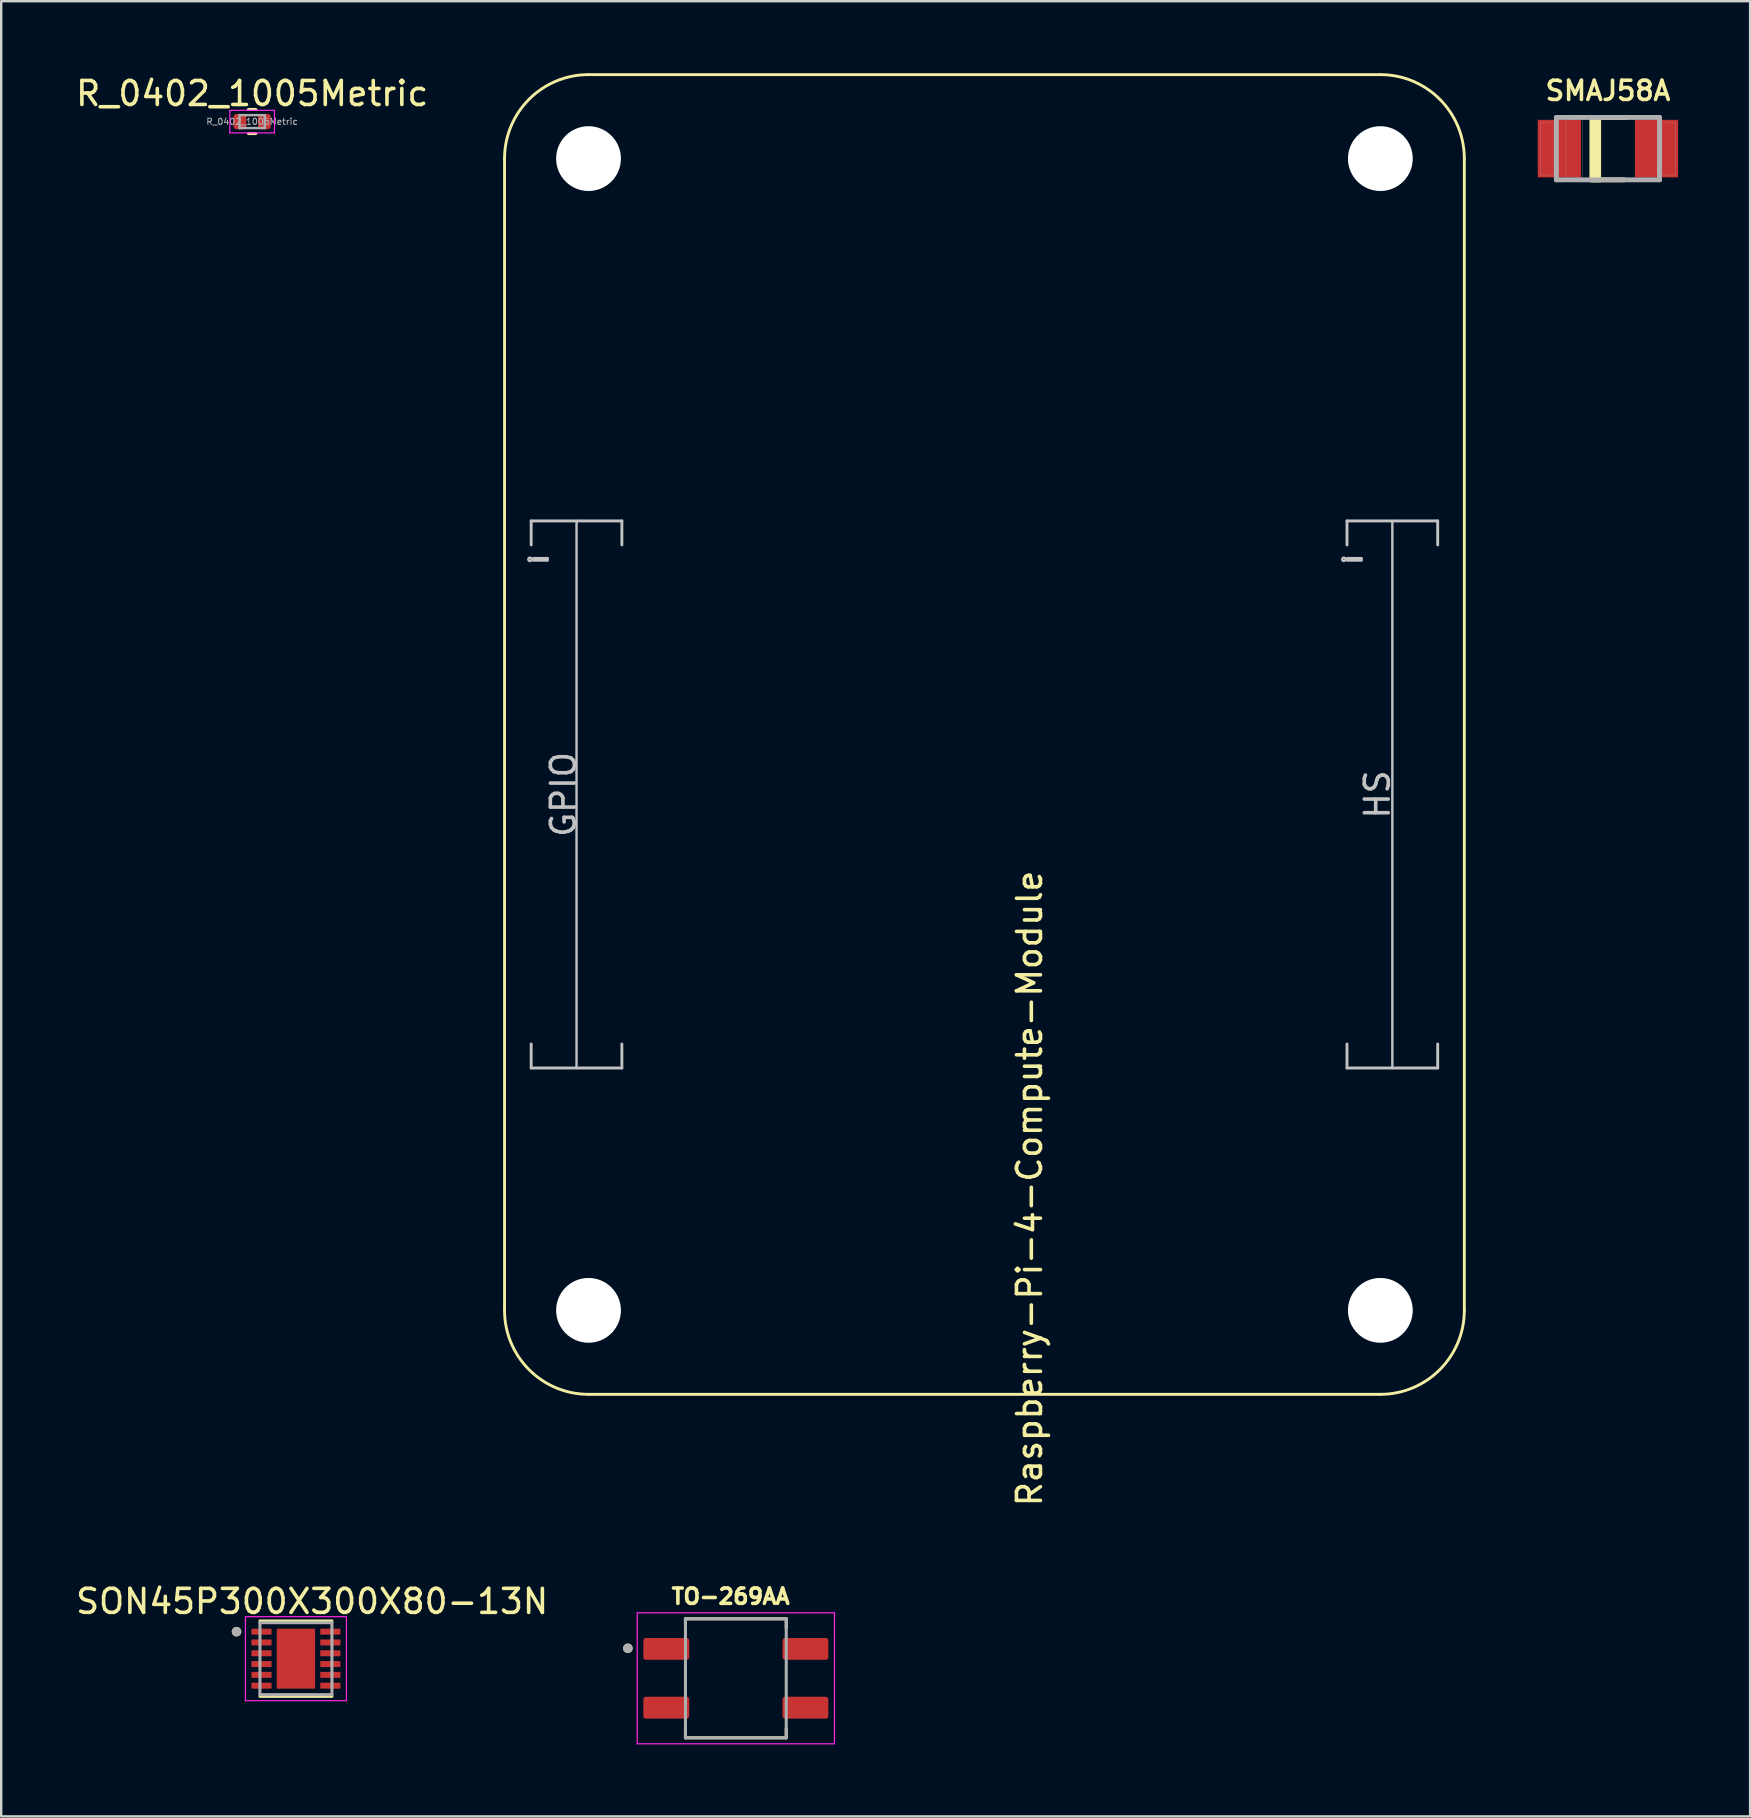
<source format=kicad_pcb>
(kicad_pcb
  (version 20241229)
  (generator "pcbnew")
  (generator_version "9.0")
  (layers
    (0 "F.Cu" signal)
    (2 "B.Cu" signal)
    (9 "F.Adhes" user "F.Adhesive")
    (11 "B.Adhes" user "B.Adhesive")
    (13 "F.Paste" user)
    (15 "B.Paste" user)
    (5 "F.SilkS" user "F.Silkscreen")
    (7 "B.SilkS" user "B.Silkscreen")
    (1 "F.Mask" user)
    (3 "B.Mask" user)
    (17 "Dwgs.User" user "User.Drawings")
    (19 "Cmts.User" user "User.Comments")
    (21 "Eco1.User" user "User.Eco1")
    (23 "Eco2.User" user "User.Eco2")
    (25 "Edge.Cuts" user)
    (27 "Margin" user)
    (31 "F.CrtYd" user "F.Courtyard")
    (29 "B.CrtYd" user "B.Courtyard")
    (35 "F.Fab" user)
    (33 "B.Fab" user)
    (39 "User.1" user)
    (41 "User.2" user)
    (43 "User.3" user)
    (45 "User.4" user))
  (footprint "SMAJ58A"
    (layer "F.Cu")
    (at 63.962 3.144)
    (property "Reference" "SMAJ58A" (at 0 -2.413 0) (layer "F.SilkS") (effects (font (size 0.8 0.8) (thickness 0.15))))
    (attr smd)
    (fp_line (start -0.67 -1.3) (end 0.7 -1.3) (stroke (width 0.203) (type solid)) (layer "F.SilkS"))
    (fp_line (start 0.67 1.3) (end -0.67 1.3) (stroke (width 0.203) (type solid)) (layer "F.SilkS"))
    (fp_poly (pts (xy -0.765 -1.395) (xy -0.29 -1.395) (xy -0.29 1.395) (xy -0.765 1.395)) (stroke (width 0.01) (type solid)) (fill yes) (layer "F.SilkS"))
    (fp_line (start -2.15 -1.3) (end 2.15 -1.3) (stroke (width 0.203) (type solid)) (layer "F.Fab"))
    (fp_line (start -2.15 1.3) (end -2.15 -1.3) (stroke (width 0.203) (type solid)) (layer "F.Fab"))
    (fp_line (start 2.15 -1.3) (end 2.15 1.3) (stroke (width 0.203) (type solid)) (layer "F.Fab"))
    (fp_line (start 2.15 1.3) (end -2.15 1.3) (stroke (width 0.203) (type solid)) (layer "F.Fab"))
    (fp_poly (pts (xy -2.825 -1.1) (xy -2.175 -1.1) (xy -2.175 1.1) (xy -2.825 1.1)) (stroke (width 0.01) (type solid)) (fill no) (layer "F.Fab"))
    (fp_poly (pts (xy -1.75 -1.225) (xy -1.075 -1.225) (xy -1.075 1.225) (xy -1.75 1.225)) (stroke (width 0.01) (type solid)) (fill no) (layer "F.Fab"))
    (fp_poly (pts (xy 2.175 -1.1) (xy 2.825 -1.1) (xy 2.825 1.1) (xy 2.175 1.1)) (stroke (width 0.01) (type solid)) (fill no) (layer "F.Fab"))
    (pad "A" smd rect (at 2.025 0) (size 1.8 2.4) (layers "F.Cu" "F.Mask" "F.Paste"))
    (pad "C" smd rect (at -2.025 0) (size 1.8 2.4) (layers "F.Cu" "F.Mask" "F.Paste")))
  (footprint "TO-269AA"
    (layer "F.Cu")
    (at 27.617 66.894)
    (property "Reference" "TO-269AA" (at -0.218 -3.412 0) (layer "F.SilkS") (effects (font (size 0.641 0.641) (thickness 0.15))))
    (attr smd)
    (fp_line (start -2.1 -2.48) (end 2.1 -2.48) (stroke (width 0.127) (type solid)) (layer "F.SilkS"))
    (fp_line (start -2.1 -2.2) (end -2.1 -2.48) (stroke (width 0.127) (type solid)) (layer "F.SilkS"))
    (fp_line (start -2.1 2.1) (end -2.1 2.48) (stroke (width 0.127) (type solid)) (layer "F.SilkS"))
    (fp_line (start -2.1 2.48) (end 2.1 2.48) (stroke (width 0.127) (type solid)) (layer "F.SilkS"))
    (fp_line (start 2.1 -2.48) (end 2.1 -2.1) (stroke (width 0.127) (type solid)) (layer "F.SilkS"))
    (fp_line (start 2.1 2.48) (end 2.1 2.1) (stroke (width 0.127) (type solid)) (layer "F.SilkS"))
    (fp_circle (center -4.5 -1.25) (end -4.4 -1.25) (stroke (width 0.2) (type solid)) (fill no) (layer "F.SilkS"))
    (fp_line (start -4.11 -2.73) (end -4.11 2.73) (stroke (width 0.05) (type solid)) (layer "F.CrtYd"))
    (fp_line (start -4.11 2.73) (end 4.11 2.73) (stroke (width 0.05) (type solid)) (layer "F.CrtYd"))
    (fp_line (start 4.11 -2.73) (end -4.11 -2.73) (stroke (width 0.05) (type solid)) (layer "F.CrtYd"))
    (fp_line (start 4.11 2.73) (end 4.11 -2.73) (stroke (width 0.05) (type solid)) (layer "F.CrtYd"))
    (fp_line (start -2.1 -2.48) (end 2.1 -2.48) (stroke (width 0.127) (type solid)) (layer "F.Fab"))
    (fp_line (start -2.1 2.48) (end -2.1 -2.48) (stroke (width 0.127) (type solid)) (layer "F.Fab"))
    (fp_line (start 2.1 -2.48) (end 2.1 2.48) (stroke (width 0.127) (type solid)) (layer "F.Fab"))
    (fp_line (start 2.1 2.48) (end -2.1 2.48) (stroke (width 0.127) (type solid)) (layer "F.Fab"))
    (fp_circle (center -4.5 -1.25) (end -4.4 -1.25) (stroke (width 0.2) (type solid)) (fill no) (layer "F.Fab"))
    (pad "1" smd roundrect (at -2.9 -1.225) (size 1.91 0.91) (layers "F.Cu" "F.Mask" "F.Paste") (roundrect_rratio 0.115))
    (pad "2" smd roundrect (at -2.9 1.225) (size 1.91 0.91) (layers "F.Cu" "F.Mask" "F.Paste") (roundrect_rratio 0.115))
    (pad "3" smd roundrect (at 2.9 1.225) (size 1.91 0.91) (layers "F.Cu" "F.Mask" "F.Paste") (roundrect_rratio 0.115))
    (pad "4" smd roundrect (at 2.9 -1.225) (size 1.91 0.91) (layers "F.Cu" "F.Mask" "F.Paste") (roundrect_rratio 0.115)))
  (footprint "SON45P300X300X80-13N"
    (layer "F.Cu")
    (at 9.283 66.076)
    (property "Reference" "SON45P300X300X80-13N" (at 0.675 -2.385 0) (layer "F.SilkS") (effects (font (size 1 1) (thickness 0.15))))
    (attr smd)
    (fp_line (start -1.5 -1.57) (end 1.5 -1.57) (stroke (width 0.127) (type solid)) (layer "F.SilkS"))
    (fp_line (start -1.5 1.57) (end 1.5 1.57) (stroke (width 0.127) (type solid)) (layer "F.SilkS"))
    (fp_circle (center -2.475 -1.125) (end -2.375 -1.125) (stroke (width 0.2) (type solid)) (fill no) (layer "F.SilkS"))
    (fp_poly (pts (xy -0.51 -0.79) (xy 0.51 -0.79) (xy 0.51 0.79) (xy -0.51 0.79)) (stroke (width 0.01) (type solid)) (fill yes) (layer "F.Paste"))
    (fp_line (start -2.105 -1.75) (end -2.105 1.75) (stroke (width 0.05) (type solid)) (layer "F.CrtYd"))
    (fp_line (start -2.105 -1.75) (end 2.105 -1.75) (stroke (width 0.05) (type solid)) (layer "F.CrtYd"))
    (fp_line (start -2.105 1.75) (end 2.105 1.75) (stroke (width 0.05) (type solid)) (layer "F.CrtYd"))
    (fp_line (start 2.105 -1.75) (end 2.105 1.75) (stroke (width 0.05) (type solid)) (layer "F.CrtYd"))
    (fp_line (start -1.5 -1.5) (end -1.5 1.5) (stroke (width 0.127) (type solid)) (layer "F.Fab"))
    (fp_line (start -1.5 -1.5) (end 1.5 -1.5) (stroke (width 0.127) (type solid)) (layer "F.Fab"))
    (fp_line (start -1.5 1.5) (end 1.5 1.5) (stroke (width 0.127) (type solid)) (layer "F.Fab"))
    (fp_line (start 1.5 -1.5) (end 1.5 1.5) (stroke (width 0.127) (type solid)) (layer "F.Fab"))
    (fp_circle (center -2.475 -1.125) (end -2.375 -1.125) (stroke (width 0.2) (type solid)) (fill no) (layer "F.Fab"))
    (pad "1" smd roundrect (at -1.435 -1.125) (size 0.84 0.25) (layers "F.Cu" "F.Mask" "F.Paste") (roundrect_rratio 0.125))
    (pad "2" smd roundrect (at -1.435 -0.675) (size 0.84 0.25) (layers "F.Cu" "F.Mask" "F.Paste") (roundrect_rratio 0.125))
    (pad "3" smd roundrect (at -1.435 -0.225) (size 0.84 0.25) (layers "F.Cu" "F.Mask" "F.Paste") (roundrect_rratio 0.125))
    (pad "4" smd roundrect (at -1.435 0.225) (size 0.84 0.25) (layers "F.Cu" "F.Mask" "F.Paste") (roundrect_rratio 0.125))
    (pad "5" smd roundrect (at -1.435 0.675) (size 0.84 0.25) (layers "F.Cu" "F.Mask" "F.Paste") (roundrect_rratio 0.125))
    (pad "6" smd roundrect (at -1.435 1.125) (size 0.84 0.25) (layers "F.Cu" "F.Mask" "F.Paste") (roundrect_rratio 0.125))
    (pad "7" smd roundrect (at 1.435 1.125) (size 0.84 0.25) (layers "F.Cu" "F.Mask" "F.Paste") (roundrect_rratio 0.125))
    (pad "8" smd roundrect (at 1.435 0.675) (size 0.84 0.25) (layers "F.Cu" "F.Mask" "F.Paste") (roundrect_rratio 0.125))
    (pad "9" smd roundrect (at 1.435 0.225) (size 0.84 0.25) (layers "F.Cu" "F.Mask" "F.Paste") (roundrect_rratio 0.125))
    (pad "10" smd roundrect (at 1.435 -0.225) (size 0.84 0.25) (layers "F.Cu" "F.Mask" "F.Paste") (roundrect_rratio 0.125))
    (pad "11" smd roundrect (at 1.435 -0.675) (size 0.84 0.25) (layers "F.Cu" "F.Mask" "F.Paste") (roundrect_rratio 0.125))
    (pad "12" smd roundrect (at 1.435 -1.125) (size 0.84 0.25) (layers "F.Cu" "F.Mask" "F.Paste") (roundrect_rratio 0.125))
    (pad "13" smd rect (at 0 0) (size 1.6 2.5) (layers "F.Cu" "F.Mask")))
  (footprint "R_0402_1005Metric"
    (layer "F.Cu")
    (at 7.458 2.018)
    (property "Reference" "R_0402_1005Metric" (at 0 -1.17 180) (layer "F.SilkS") (effects (font (size 1 1) (thickness 0.15))))
    (attr smd)
    (fp_line (start -0.154 -0.51) (end 0.154 -0.51) (stroke (width 0.12) (type solid)) (layer "F.SilkS"))
    (fp_line (start -0.154 0.5) (end 0.154 0.5) (stroke (width 0.12) (type solid)) (layer "F.SilkS"))
    (fp_line (start -0.93 -0.47) (end 0.93 -0.47) (stroke (width 0.05) (type solid)) (layer "F.CrtYd"))
    (fp_line (start -0.93 0.47) (end -0.93 -0.47) (stroke (width 0.05) (type solid)) (layer "F.CrtYd"))
    (fp_line (start 0.93 -0.47) (end 0.93 0.47) (stroke (width 0.05) (type solid)) (layer "F.CrtYd"))
    (fp_line (start 0.93 0.47) (end -0.93 0.47) (stroke (width 0.05) (type solid)) (layer "F.CrtYd"))
    (fp_line (start -0.525 -0.27) (end 0.525 -0.27) (stroke (width 0.1) (type solid)) (layer "F.Fab"))
    (fp_line (start -0.525 0.27) (end -0.525 -0.27) (stroke (width 0.1) (type solid)) (layer "F.Fab"))
    (fp_line (start 0.525 -0.27) (end 0.525 0.27) (stroke (width 0.1) (type solid)) (layer "F.Fab"))
    (fp_line (start 0.525 0.27) (end -0.525 0.27) (stroke (width 0.1) (type solid)) (layer "F.Fab"))
    (fp_text user "${REFERENCE}" (at 0 0 180) (layer "F.Fab") (effects (font (size 0.26 0.26) (thickness 0.04))))
    (pad "1" smd roundrect (at -0.51 0) (size 0.54 0.64) (layers "F.Cu" "F.Mask" "F.Paste") (roundrect_rratio 0.25))
    (pad "2" smd roundrect (at 0.51 0) (size 0.54 0.64) (layers "F.Cu" "F.Mask" "F.Paste") (roundrect_rratio 0.25)))
  (footprint "Raspberry-Pi-4-Compute-Module"
    (layer "F.Cu")
    (at 21.477 51.56)
    (property "Reference" "Raspberry-Pi-4-Compute-Module" (at 18.38 -5.08 270) (layer "F.SilkS") (effects (font (size 1 1) (thickness 0.15))))
    (attr smd exclude_from_pos_files exclude_from_bom)
    (fp_line (start -3.5 -48) (end -3.5 0) (stroke (width 0.12) (type solid)) (layer "F.SilkS"))
    (fp_line (start 0 3.5) (end 33 3.5) (stroke (width 0.12) (type solid)) (layer "F.SilkS"))
    (fp_line (start 33 -51.5) (end 0 -51.5) (stroke (width 0.12) (type solid)) (layer "F.SilkS"))
    (fp_line (start 36.5 0) (end 36.5 -48) (stroke (width 0.12) (type solid)) (layer "F.SilkS"))
    (fp_arc (start -3.5 -48) (mid -2.474874 -50.474874) (end 0 -51.5) (stroke (width 0.12) (type solid)) (layer "F.SilkS"))
    (fp_arc (start 0 3.5) (mid -2.474874 2.474874) (end -3.5 0) (stroke (width 0.12) (type solid)) (layer "F.SilkS"))
    (fp_arc (start 33 -51.5) (mid 35.474874 -50.474874) (end 36.5 -48) (stroke (width 0.12) (type solid)) (layer "F.SilkS"))
    (fp_arc (start 36.5 0) (mid 35.474874 2.474874) (end 33 3.5) (stroke (width 0.12) (type solid)) (layer "F.SilkS"))
    (fp_line (start -2.39 -32.9) (end -2.39 -31.9) (stroke (width 0.12) (type solid)) (layer "Dwgs.User"))
    (fp_line (start -2.39 -32.9) (end 1.39 -32.9) (stroke (width 0.12) (type solid)) (layer "Dwgs.User"))
    (fp_line (start -2.39 -10.1) (end -2.39 -11.1) (stroke (width 0.12) (type solid)) (layer "Dwgs.User"))
    (fp_line (start -2.39 -10.1) (end 1.39 -10.1) (stroke (width 0.12) (type solid)) (layer "Dwgs.User"))
    (fp_line (start -0.5 -10.1) (end -0.5 -32.9) (stroke (width 0.1) (type default)) (layer "Dwgs.User"))
    (fp_line (start 1.39 -32.9) (end 1.39 -31.9) (stroke (width 0.12) (type solid)) (layer "Dwgs.User"))
    (fp_line (start 1.39 -10.1) (end 1.39 -11.1) (stroke (width 0.12) (type solid)) (layer "Dwgs.User"))
    (fp_line (start 31.61 -32.9) (end 31.61 -31.9) (stroke (width 0.12) (type solid)) (layer "Dwgs.User"))
    (fp_line (start 31.61 -32.9) (end 35.39 -32.9) (stroke (width 0.12) (type solid)) (layer "Dwgs.User"))
    (fp_line (start 31.61 -10.1) (end 31.61 -11.1) (stroke (width 0.12) (type solid)) (layer "Dwgs.User"))
    (fp_line (start 31.61 -10.1) (end 35.39 -10.1) (stroke (width 0.12) (type solid)) (layer "Dwgs.User"))
    (fp_line (start 33.5 -10.1) (end 33.5 -32.9) (stroke (width 0.1) (type default)) (layer "Dwgs.User"))
    (fp_line (start 35.39 -32.9) (end 35.39 -31.9) (stroke (width 0.12) (type solid)) (layer "Dwgs.User"))
    (fp_line (start 35.39 -10.1) (end 35.39 -11.1) (stroke (width 0.12) (type solid)) (layer "Dwgs.User"))
    (fp_rect (start -2.3 -31.35) (end -1.7 -31.25) (stroke (width 0.1) (type default)) (fill no) (layer "Dwgs.User"))
    (fp_rect (start 31.62 -31.25) (end 32.22 -31.35) (stroke (width 0.1) (type solid)) (fill no) (layer "Dwgs.User"))
    (fp_circle (center -2.44 -31.3) (end -2.42 -31.3) (stroke (width 0.1) (type default)) (fill no) (layer "Dwgs.User"))
    (fp_circle (center 31.48 -31.3) (end 31.5 -31.3) (stroke (width 0.1) (type default)) (fill no) (layer "Dwgs.User"))
    (fp_text user "HS" (at 33.46 -21.5 90) (unlocked yes) (layer "Dwgs.User") (effects (font (size 1 1) (thickness 0.15)) (justify bottom)))
    (fp_text user "GPIO" (at -0.46 -21.5 90) (unlocked yes) (layer "Dwgs.User") (effects (font (size 1 1) (thickness 0.15)) (justify bottom)))
    (pad "" np_thru_hole circle (at 0 -48) (size 2.7 2.7) (drill 2.7) (layers "*.Cu" "*.Mask"))
    (pad "" np_thru_hole circle (at 0 0) (size 2.7 2.7) (drill 2.7) (layers "*.Cu" "*.Mask"))
    (pad "" np_thru_hole circle (at 33 -48) (size 2.7 2.7) (drill 2.7) (layers "*.Cu" "*.Mask"))
    (pad "" np_thru_hole circle (at 33 0) (size 2.7 2.7) (drill 2.7) (layers "*.Cu" "*.Mask")))
  (gr_rect
    (start -3 -3)
    (end 69.887 72.649)
    (stroke (width 0.1) (type default))
    (fill no)
    (layer "Edge.Cuts")))
</source>
